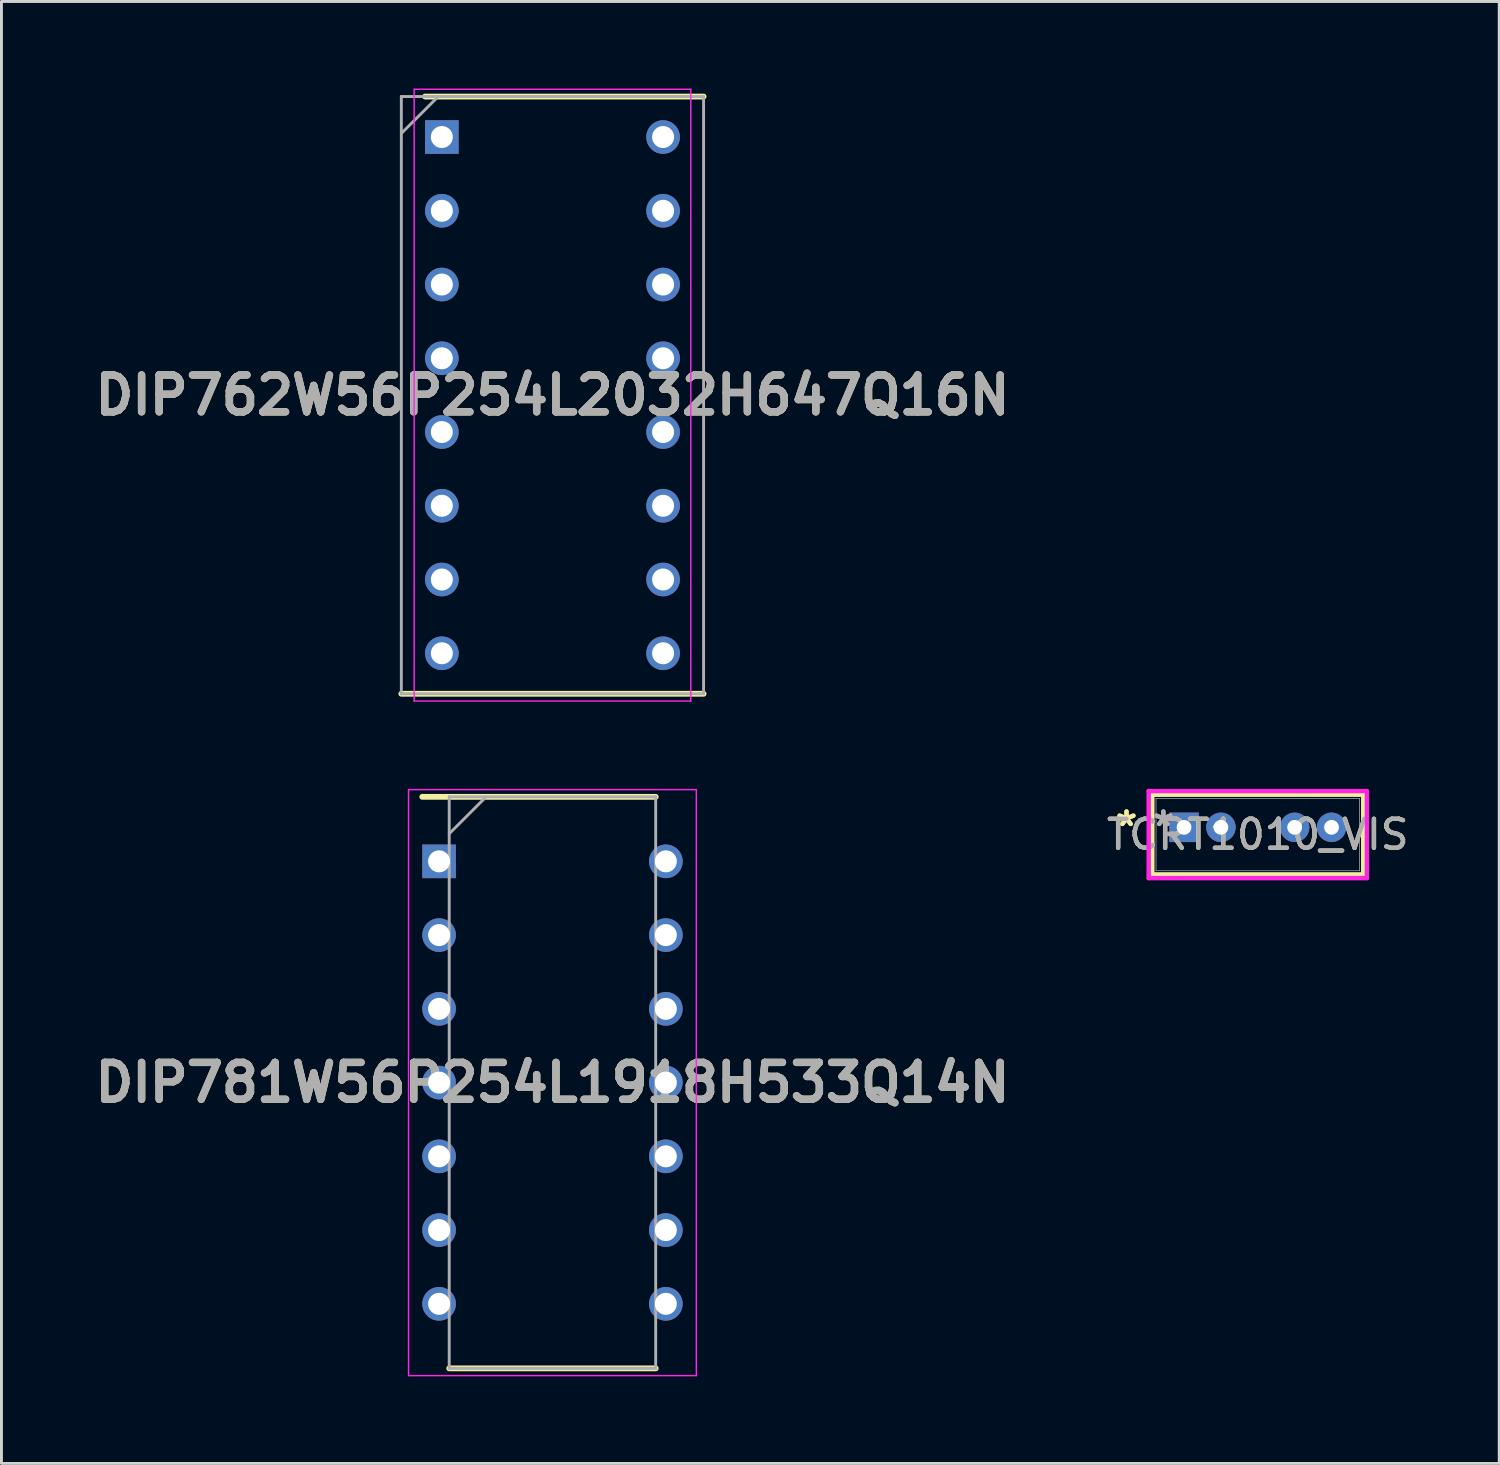
<source format=kicad_pcb>
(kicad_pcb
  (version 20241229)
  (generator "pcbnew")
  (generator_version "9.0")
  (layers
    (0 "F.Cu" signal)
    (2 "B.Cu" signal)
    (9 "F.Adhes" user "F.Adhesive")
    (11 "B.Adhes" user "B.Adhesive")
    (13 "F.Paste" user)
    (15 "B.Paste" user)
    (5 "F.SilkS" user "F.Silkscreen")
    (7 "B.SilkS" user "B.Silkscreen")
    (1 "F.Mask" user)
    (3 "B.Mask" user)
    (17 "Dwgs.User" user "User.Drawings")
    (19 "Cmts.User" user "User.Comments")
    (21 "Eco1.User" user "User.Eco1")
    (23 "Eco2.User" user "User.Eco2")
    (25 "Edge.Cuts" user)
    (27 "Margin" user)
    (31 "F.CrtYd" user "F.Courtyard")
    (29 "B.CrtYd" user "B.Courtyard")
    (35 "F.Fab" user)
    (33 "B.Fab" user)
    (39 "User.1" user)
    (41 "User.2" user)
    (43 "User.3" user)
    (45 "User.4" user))
  (footprint "DIP781W56P254L1918H533Q14N"
    (layer "F.Cu")
    (at 15.978 34.237)
    (property "Reference" "DIP781W56P254L1918H533Q14N" (at 0 0 0) (layer "F.SilkS") (effects (font (size 1.27 1.27) (thickness 0.254))))
    (attr through_hole)
    (fp_line (start -4.484 -9.842) (end 3.556 -9.842) (stroke (width 0.2) (type solid)) (layer "F.SilkS"))
    (fp_line (start -3.556 9.842) (end 3.556 9.842) (stroke (width 0.2) (type solid)) (layer "F.SilkS"))
    (fp_line (start -4.956 -10.092) (end 4.956 -10.092) (stroke (width 0.05) (type solid)) (layer "F.CrtYd"))
    (fp_line (start -4.956 10.092) (end -4.956 -10.092) (stroke (width 0.05) (type solid)) (layer "F.CrtYd"))
    (fp_line (start 4.956 -10.092) (end 4.956 10.092) (stroke (width 0.05) (type solid)) (layer "F.CrtYd"))
    (fp_line (start 4.956 10.092) (end -4.956 10.092) (stroke (width 0.05) (type solid)) (layer "F.CrtYd"))
    (fp_line (start -3.556 -9.842) (end 3.556 -9.842) (stroke (width 0.1) (type solid)) (layer "F.Fab"))
    (fp_line (start -3.556 -8.572) (end -2.286 -9.842) (stroke (width 0.1) (type solid)) (layer "F.Fab"))
    (fp_line (start -3.556 9.842) (end -3.556 -9.842) (stroke (width 0.1) (type solid)) (layer "F.Fab"))
    (fp_line (start 3.556 -9.842) (end 3.556 9.842) (stroke (width 0.1) (type solid)) (layer "F.Fab"))
    (fp_line (start 3.556 9.842) (end -3.556 9.842) (stroke (width 0.1) (type solid)) (layer "F.Fab"))
    (fp_text user "${REFERENCE}" (at 0 0 0) (layer "F.Fab") (effects (font (size 1.27 1.27) (thickness 0.254))))
    (pad "1" thru_hole rect (at -3.905 -7.62) (size 1.158 1.158) (drill 0.758) (layers "*.Cu" "*.Mask"))
    (pad "2" thru_hole circle (at -3.905 -5.08) (size 1.158 1.158) (drill 0.758) (layers "*.Cu" "*.Mask"))
    (pad "3" thru_hole circle (at -3.905 -2.54) (size 1.158 1.158) (drill 0.758) (layers "*.Cu" "*.Mask"))
    (pad "4" thru_hole circle (at -3.905 0) (size 1.158 1.158) (drill 0.758) (layers "*.Cu" "*.Mask"))
    (pad "5" thru_hole circle (at -3.905 2.54) (size 1.158 1.158) (drill 0.758) (layers "*.Cu" "*.Mask"))
    (pad "6" thru_hole circle (at -3.905 5.08) (size 1.158 1.158) (drill 0.758) (layers "*.Cu" "*.Mask"))
    (pad "7" thru_hole circle (at -3.905 7.62) (size 1.158 1.158) (drill 0.758) (layers "*.Cu" "*.Mask"))
    (pad "8" thru_hole circle (at 3.905 7.62) (size 1.158 1.158) (drill 0.758) (layers "*.Cu" "*.Mask"))
    (pad "9" thru_hole circle (at 3.905 5.08) (size 1.158 1.158) (drill 0.758) (layers "*.Cu" "*.Mask"))
    (pad "10" thru_hole circle (at 3.905 2.54) (size 1.158 1.158) (drill 0.758) (layers "*.Cu" "*.Mask"))
    (pad "11" thru_hole circle (at 3.905 0) (size 1.158 1.158) (drill 0.758) (layers "*.Cu" "*.Mask"))
    (pad "12" thru_hole circle (at 3.905 -2.54) (size 1.158 1.158) (drill 0.758) (layers "*.Cu" "*.Mask"))
    (pad "13" thru_hole circle (at 3.905 -5.08) (size 1.158 1.158) (drill 0.758) (layers "*.Cu" "*.Mask"))
    (pad "14" thru_hole circle (at 3.905 -7.62) (size 1.158 1.158) (drill 0.758) (layers "*.Cu" "*.Mask")))
  (footprint "DIP762W56P254L2032H647Q16N"
    (layer "F.Cu")
    (at 15.978 10.56)
    (property "Reference" "DIP762W56P254L2032H647Q16N" (at 0 0 0) (layer "F.SilkS") (effects (font (size 1.27 1.27) (thickness 0.254))))
    (attr through_hole)
    (fp_line (start -5.205 10.285) (end 5.205 10.285) (stroke (width 0.2) (type solid)) (layer "F.SilkS"))
    (fp_line (start -4.389 -10.285) (end 5.205 -10.285) (stroke (width 0.2) (type solid)) (layer "F.SilkS"))
    (fp_line (start -4.764 -10.535) (end 4.764 -10.535) (stroke (width 0.05) (type solid)) (layer "F.CrtYd"))
    (fp_line (start -4.764 10.535) (end -4.764 -10.535) (stroke (width 0.05) (type solid)) (layer "F.CrtYd"))
    (fp_line (start 4.764 -10.535) (end 4.764 10.535) (stroke (width 0.05) (type solid)) (layer "F.CrtYd"))
    (fp_line (start 4.764 10.535) (end -4.764 10.535) (stroke (width 0.05) (type solid)) (layer "F.CrtYd"))
    (fp_line (start -5.205 -10.285) (end 5.205 -10.285) (stroke (width 0.1) (type solid)) (layer "F.Fab"))
    (fp_line (start -5.205 -9.015) (end -3.935 -10.285) (stroke (width 0.1) (type solid)) (layer "F.Fab"))
    (fp_line (start -5.205 10.285) (end -5.205 -10.285) (stroke (width 0.1) (type solid)) (layer "F.Fab"))
    (fp_line (start 5.205 -10.285) (end 5.205 10.285) (stroke (width 0.1) (type solid)) (layer "F.Fab"))
    (fp_line (start 5.205 10.285) (end -5.205 10.285) (stroke (width 0.1) (type solid)) (layer "F.Fab"))
    (fp_text user "${REFERENCE}" (at 0 0 0) (layer "F.Fab") (effects (font (size 1.27 1.27) (thickness 0.254))))
    (pad "1" thru_hole rect (at -3.81 -8.89) (size 1.158 1.158) (drill 0.758) (layers "*.Cu" "*.Mask"))
    (pad "2" thru_hole circle (at -3.81 -6.35) (size 1.158 1.158) (drill 0.758) (layers "*.Cu" "*.Mask"))
    (pad "3" thru_hole circle (at -3.81 -3.81) (size 1.158 1.158) (drill 0.758) (layers "*.Cu" "*.Mask"))
    (pad "4" thru_hole circle (at -3.81 -1.27) (size 1.158 1.158) (drill 0.758) (layers "*.Cu" "*.Mask"))
    (pad "5" thru_hole circle (at -3.81 1.27) (size 1.158 1.158) (drill 0.758) (layers "*.Cu" "*.Mask"))
    (pad "6" thru_hole circle (at -3.81 3.81) (size 1.158 1.158) (drill 0.758) (layers "*.Cu" "*.Mask"))
    (pad "7" thru_hole circle (at -3.81 6.35) (size 1.158 1.158) (drill 0.758) (layers "*.Cu" "*.Mask"))
    (pad "8" thru_hole circle (at -3.81 8.89) (size 1.158 1.158) (drill 0.758) (layers "*.Cu" "*.Mask"))
    (pad "9" thru_hole circle (at 3.81 8.89) (size 1.158 1.158) (drill 0.758) (layers "*.Cu" "*.Mask"))
    (pad "10" thru_hole circle (at 3.81 6.35) (size 1.158 1.158) (drill 0.758) (layers "*.Cu" "*.Mask"))
    (pad "11" thru_hole circle (at 3.81 3.81) (size 1.158 1.158) (drill 0.758) (layers "*.Cu" "*.Mask"))
    (pad "12" thru_hole circle (at 3.81 1.27) (size 1.158 1.158) (drill 0.758) (layers "*.Cu" "*.Mask"))
    (pad "13" thru_hole circle (at 3.81 -1.27) (size 1.158 1.158) (drill 0.758) (layers "*.Cu" "*.Mask"))
    (pad "14" thru_hole circle (at 3.81 -3.81) (size 1.158 1.158) (drill 0.758) (layers "*.Cu" "*.Mask"))
    (pad "15" thru_hole circle (at 3.81 -6.35) (size 1.158 1.158) (drill 0.758) (layers "*.Cu" "*.Mask"))
    (pad "16" thru_hole circle (at 3.81 -8.89) (size 1.158 1.158) (drill 0.758) (layers "*.Cu" "*.Mask")))
  (footprint "TCRT1010_VIS"
    (layer "F.Cu")
    (at 37.731 25.445)
    (property "Reference" "TCRT1010_VIS" (at 2.54 0.25 0) (unlocked yes) (layer "F.SilkS") (effects (font (size 1 1) (thickness 0.15))))
    (attr through_hole)
    (fp_line (start -1.092 -1.122) (end -1.092 1.622) (stroke (width 0.152) (type solid)) (layer "F.SilkS"))
    (fp_line (start -1.092 1.622) (end 6.172 1.622) (stroke (width 0.152) (type solid)) (layer "F.SilkS"))
    (fp_line (start 6.172 -1.122) (end -1.092 -1.122) (stroke (width 0.152) (type solid)) (layer "F.SilkS"))
    (fp_line (start 6.172 1.622) (end 6.172 -1.122) (stroke (width 0.152) (type solid)) (layer "F.SilkS"))
    (fp_line (start -1.219 -1.249) (end 6.299 -1.249) (stroke (width 0.152) (type solid)) (layer "F.CrtYd"))
    (fp_line (start -1.219 1.749) (end -1.219 -1.249) (stroke (width 0.152) (type solid)) (layer "F.CrtYd"))
    (fp_line (start 6.299 -1.249) (end 6.299 1.749) (stroke (width 0.152) (type solid)) (layer "F.CrtYd"))
    (fp_line (start 6.299 1.749) (end -1.219 1.749) (stroke (width 0.152) (type solid)) (layer "F.CrtYd"))
    (fp_line (start -0.965 -0.995) (end -0.965 1.495) (stroke (width 0.025) (type solid)) (layer "F.Fab"))
    (fp_line (start -0.965 1.495) (end 6.045 1.495) (stroke (width 0.025) (type solid)) (layer "F.Fab"))
    (fp_line (start 6.045 -0.995) (end -0.965 -0.995) (stroke (width 0.025) (type solid)) (layer "F.Fab"))
    (fp_line (start 6.045 1.495) (end 6.045 -0.995) (stroke (width 0.025) (type solid)) (layer "F.Fab"))
    (fp_text user "*" (at -1.981 0 0) (layer "F.SilkS") (effects (font (size 1 1) (thickness 0.15))))
    (fp_text user "*" (at -1.981 0 0) (unlocked yes) (layer "F.SilkS") (effects (font (size 1 1) (thickness 0.15))))
    (fp_text user "*" (at -0.711 0 0) (layer "F.Fab") (effects (font (size 1 1) (thickness 0.15))))
    (fp_text user "*" (at -0.711 0 0) (unlocked yes) (layer "F.Fab") (effects (font (size 1 1) (thickness 0.15))))
    (fp_text user "${REFERENCE}" (at 2.54 0.25 0) (unlocked yes) (layer "F.Fab") (effects (font (size 1 1) (thickness 0.15))))
    (pad "1" thru_hole rect (at 0 0.000001) (size 1.016 1.016) (drill 0.508) (layers "*.Cu" "*.Mask"))
    (pad "2" thru_hole circle (at 1.27 0.000001) (size 1.016 1.016) (drill 0.508) (layers "*.Cu" "*.Mask"))
    (pad "3" thru_hole circle (at 3.81 0.000001) (size 1.016 1.016) (drill 0.508) (layers "*.Cu" "*.Mask"))
    (pad "4" thru_hole circle (at 5.08 0.000001) (size 1.016 1.016) (drill 0.508) (layers "*.Cu" "*.Mask")))
  (gr_rect
    (start -3 -3)
    (end 48.587 47.354)
    (stroke (width 0.1) (type default))
    (fill no)
    (layer "Edge.Cuts")))
</source>
